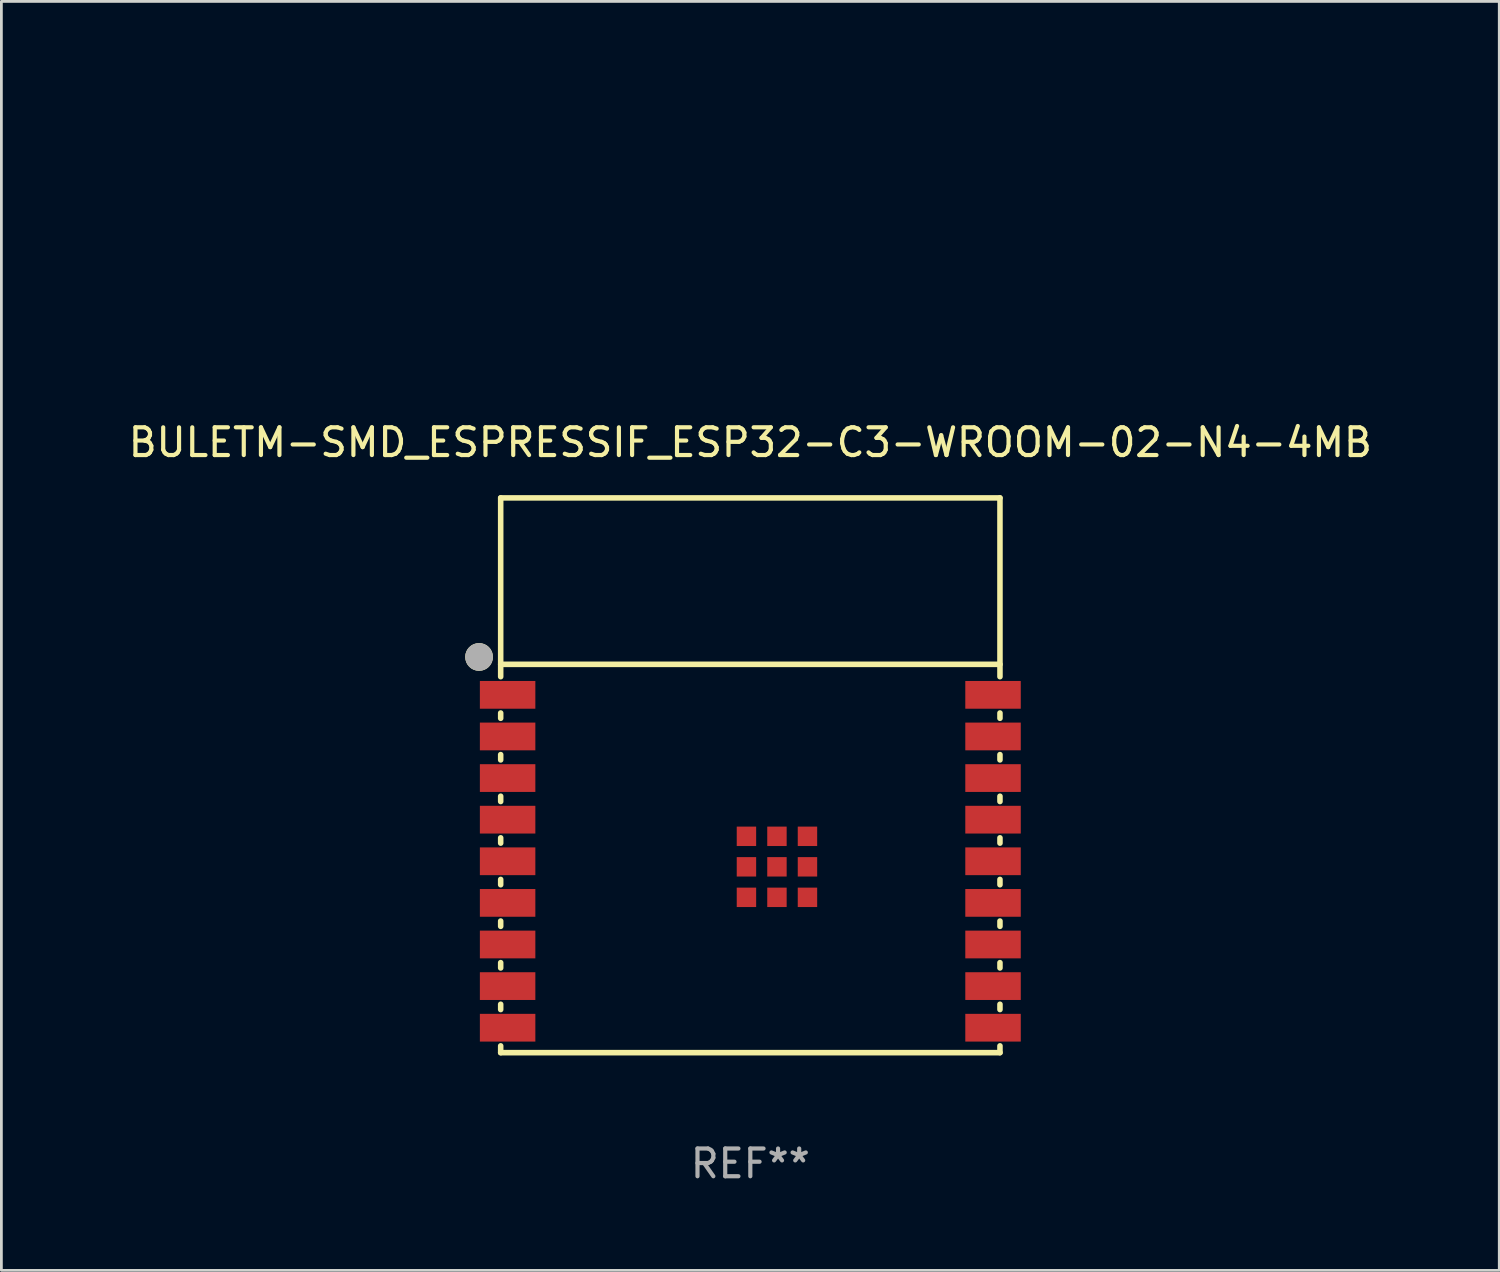
<source format=kicad_pcb>
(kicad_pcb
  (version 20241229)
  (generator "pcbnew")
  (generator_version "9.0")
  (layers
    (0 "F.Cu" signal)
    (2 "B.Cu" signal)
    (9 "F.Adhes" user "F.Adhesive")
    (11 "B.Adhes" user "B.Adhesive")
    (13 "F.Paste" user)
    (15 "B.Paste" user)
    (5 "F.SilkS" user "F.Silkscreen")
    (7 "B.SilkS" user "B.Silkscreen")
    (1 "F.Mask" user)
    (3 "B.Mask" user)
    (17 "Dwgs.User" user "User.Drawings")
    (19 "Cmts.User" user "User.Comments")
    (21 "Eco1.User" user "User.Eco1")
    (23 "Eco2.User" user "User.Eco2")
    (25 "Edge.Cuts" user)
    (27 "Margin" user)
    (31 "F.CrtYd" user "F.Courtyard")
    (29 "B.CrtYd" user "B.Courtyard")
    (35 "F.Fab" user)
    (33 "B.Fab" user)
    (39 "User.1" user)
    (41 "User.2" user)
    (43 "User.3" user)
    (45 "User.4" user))
  (footprint "BULETM-SMD_ESPRESSIF_ESP32-C3-WROOM-02-N4-4MB"
    (layer "F.Cu")
    (at 24 28)
    (property "Reference" "BULETM-SMD_ESPRESSIF_ESP32-C3-WROOM-02-N4-4MB" (at 0 -15.1 0) (layer "F.SilkS") (effects (font (size 1 1) (thickness 0.15))))
    (attr through_hole)
    (fp_line (start -9 -13.1) (end -9 -6.654) (stroke (width 0.2) (type solid)) (layer "F.SilkS"))
    (fp_line (start -9 -7.1) (end 9 -7.1) (stroke (width 0.2) (type solid)) (layer "F.SilkS"))
    (fp_line (start -9 -5.346) (end -9 -5.154) (stroke (width 0.2) (type solid)) (layer "F.SilkS"))
    (fp_line (start -9 -3.846) (end -9 -3.654) (stroke (width 0.2) (type solid)) (layer "F.SilkS"))
    (fp_line (start -9 -2.346) (end -9 -2.154) (stroke (width 0.2) (type solid)) (layer "F.SilkS"))
    (fp_line (start -9 -0.846) (end -9 -0.654) (stroke (width 0.2) (type solid)) (layer "F.SilkS"))
    (fp_line (start -9 0.654) (end -9 0.846) (stroke (width 0.2) (type solid)) (layer "F.SilkS"))
    (fp_line (start -9 2.154) (end -9 2.346) (stroke (width 0.2) (type solid)) (layer "F.SilkS"))
    (fp_line (start -9 3.654) (end -9 3.846) (stroke (width 0.2) (type solid)) (layer "F.SilkS"))
    (fp_line (start -9 5.154) (end -9 5.346) (stroke (width 0.2) (type solid)) (layer "F.SilkS"))
    (fp_line (start -9 6.654) (end -9 6.9) (stroke (width 0.2) (type solid)) (layer "F.SilkS"))
    (fp_line (start -9 6.9) (end 9 6.9) (stroke (width 0.2) (type solid)) (layer "F.SilkS"))
    (fp_line (start 9 -13.1) (end -9 -13.1) (stroke (width 0.2) (type solid)) (layer "F.SilkS"))
    (fp_line (start 9 -6.654) (end 9 -13.1) (stroke (width 0.2) (type solid)) (layer "F.SilkS"))
    (fp_line (start 9 -5.154) (end 9 -5.346) (stroke (width 0.2) (type solid)) (layer "F.SilkS"))
    (fp_line (start 9 -3.654) (end 9 -3.846) (stroke (width 0.2) (type solid)) (layer "F.SilkS"))
    (fp_line (start 9 -2.154) (end 9 -2.346) (stroke (width 0.2) (type solid)) (layer "F.SilkS"))
    (fp_line (start 9 -0.654) (end 9 -0.846) (stroke (width 0.2) (type solid)) (layer "F.SilkS"))
    (fp_line (start 9 0.846) (end 9 0.654) (stroke (width 0.2) (type solid)) (layer "F.SilkS"))
    (fp_line (start 9 2.346) (end 9 2.154) (stroke (width 0.2) (type solid)) (layer "F.SilkS"))
    (fp_line (start 9 3.846) (end 9 3.654) (stroke (width 0.2) (type solid)) (layer "F.SilkS"))
    (fp_line (start 9 5.346) (end 9 5.154) (stroke (width 0.2) (type solid)) (layer "F.SilkS"))
    (fp_line (start 9 6.9) (end 9 6.654) (stroke (width 0.2) (type solid)) (layer "F.SilkS"))
    (fp_circle (center -9.779 -7.366) (end -9.529 -7.366) (stroke (width 0.5) (type solid)) (fill no) (layer "F.SilkS"))
    (fp_circle (center -9 -13.1) (end -8.97 -13.1) (stroke (width 0.06) (type solid)) (fill no) (layer "F.SilkS"))
    (fp_circle (center -9.779 -7.366) (end -9.529 -7.366) (stroke (width 0.5) (type solid)) (fill no) (layer "F.Fab"))
    (fp_text user "ANTENNA" (at -6.5 -9.1 0) (layer "B.Mask") (effects (font (size 1 1) (thickness 0.15))))
    (fp_text user "REF**" (at 0 10.9 0) (layer "F.Fab") (effects (font (size 1 1) (thickness 0.15))))
    (pad "1" smd rect (at -8.75 -6) (size 2 1) (layers "F.Cu" "F.Mask" "F.Paste"))
    (pad "2" smd rect (at -8.75 -4.5) (size 2 1) (layers "F.Cu" "F.Mask" "F.Paste"))
    (pad "3" smd rect (at -8.75 -3) (size 2 1) (layers "F.Cu" "F.Mask" "F.Paste"))
    (pad "4" smd rect (at -8.75 -1.5) (size 2 1) (layers "F.Cu" "F.Mask" "F.Paste"))
    (pad "5" smd rect (at -8.75 0) (size 2 1) (layers "F.Cu" "F.Mask" "F.Paste"))
    (pad "6" smd rect (at -8.75 1.5) (size 2 1) (layers "F.Cu" "F.Mask" "F.Paste"))
    (pad "7" smd rect (at -8.75 3) (size 2 1) (layers "F.Cu" "F.Mask" "F.Paste"))
    (pad "8" smd rect (at -8.75 4.5) (size 2 1) (layers "F.Cu" "F.Mask" "F.Paste"))
    (pad "9" smd rect (at -8.75 6) (size 2 1) (layers "F.Cu" "F.Mask" "F.Paste"))
    (pad "10" smd rect (at 8.75 6) (size 2 1) (layers "F.Cu" "F.Mask" "F.Paste"))
    (pad "11" smd rect (at 8.75 4.5) (size 2 1) (layers "F.Cu" "F.Mask" "F.Paste"))
    (pad "12" smd rect (at 8.75 3) (size 2 1) (layers "F.Cu" "F.Mask" "F.Paste"))
    (pad "13" smd rect (at 8.75 1.5) (size 2 1) (layers "F.Cu" "F.Mask" "F.Paste"))
    (pad "14" smd rect (at 8.75 0) (size 2 1) (layers "F.Cu" "F.Mask" "F.Paste"))
    (pad "15" smd rect (at 8.75 -1.5) (size 2 1) (layers "F.Cu" "F.Mask" "F.Paste"))
    (pad "16" smd rect (at 8.75 -3) (size 2 1) (layers "F.Cu" "F.Mask" "F.Paste"))
    (pad "17" smd rect (at 8.75 -4.5) (size 2 1) (layers "F.Cu" "F.Mask" "F.Paste"))
    (pad "18" smd rect (at 8.75 -6) (size 2 1) (layers "F.Cu" "F.Mask" "F.Paste"))
    (pad "19" smd rect (at -0.14 -0.9) (size 0.7 0.7) (layers "F.Cu" "F.Mask" "F.Paste"))
    (pad "19" smd rect (at -0.14 0.2) (size 0.7 0.7) (layers "F.Cu" "F.Mask" "F.Paste"))
    (pad "19" smd rect (at -0.14 1.3) (size 0.7 0.7) (layers "F.Cu" "F.Mask" "F.Paste"))
    (pad "19" smd rect (at 0.96 -0.9) (size 0.7 0.7) (layers "F.Cu" "F.Mask" "F.Paste"))
    (pad "19" smd rect (at 0.96 0.2) (size 0.7 0.7) (layers "F.Cu" "F.Mask" "F.Paste"))
    (pad "19" smd rect (at 0.96 1.3) (size 0.7 0.7) (layers "F.Cu" "F.Mask" "F.Paste"))
    (pad "19" smd rect (at 2.06 -0.9) (size 0.7 0.7) (layers "F.Cu" "F.Mask" "F.Paste"))
    (pad "19" smd rect (at 2.06 0.2) (size 0.7 0.7) (layers "F.Cu" "F.Mask" "F.Paste"))
    (pad "19" smd rect (at 2.06 1.3) (size 0.7 0.7) (layers "F.Cu" "F.Mask" "F.Paste"))
    (zone (net_name "") (layers "F.Cu" "B.Cu") (hatch edge 0.508) (connect_pads) (min_thickness 0.254) (filled_areas_thickness no) (keepout (tracks not_allowed) (vias not_allowed) (pads not_allowed) (copperpour not_allowed) (footprints not_allowed)) (placement (enabled no)) (fill) (polygon (pts (xy 48 21) (xy 0 21) (xy 0 0) (xy 48 0)))))
  (gr_rect
    (start -3 -3)
    (end 51 42.748)
    (stroke (width 0.1) (type default))
    (fill no)
    (layer "Edge.Cuts")))
</source>
